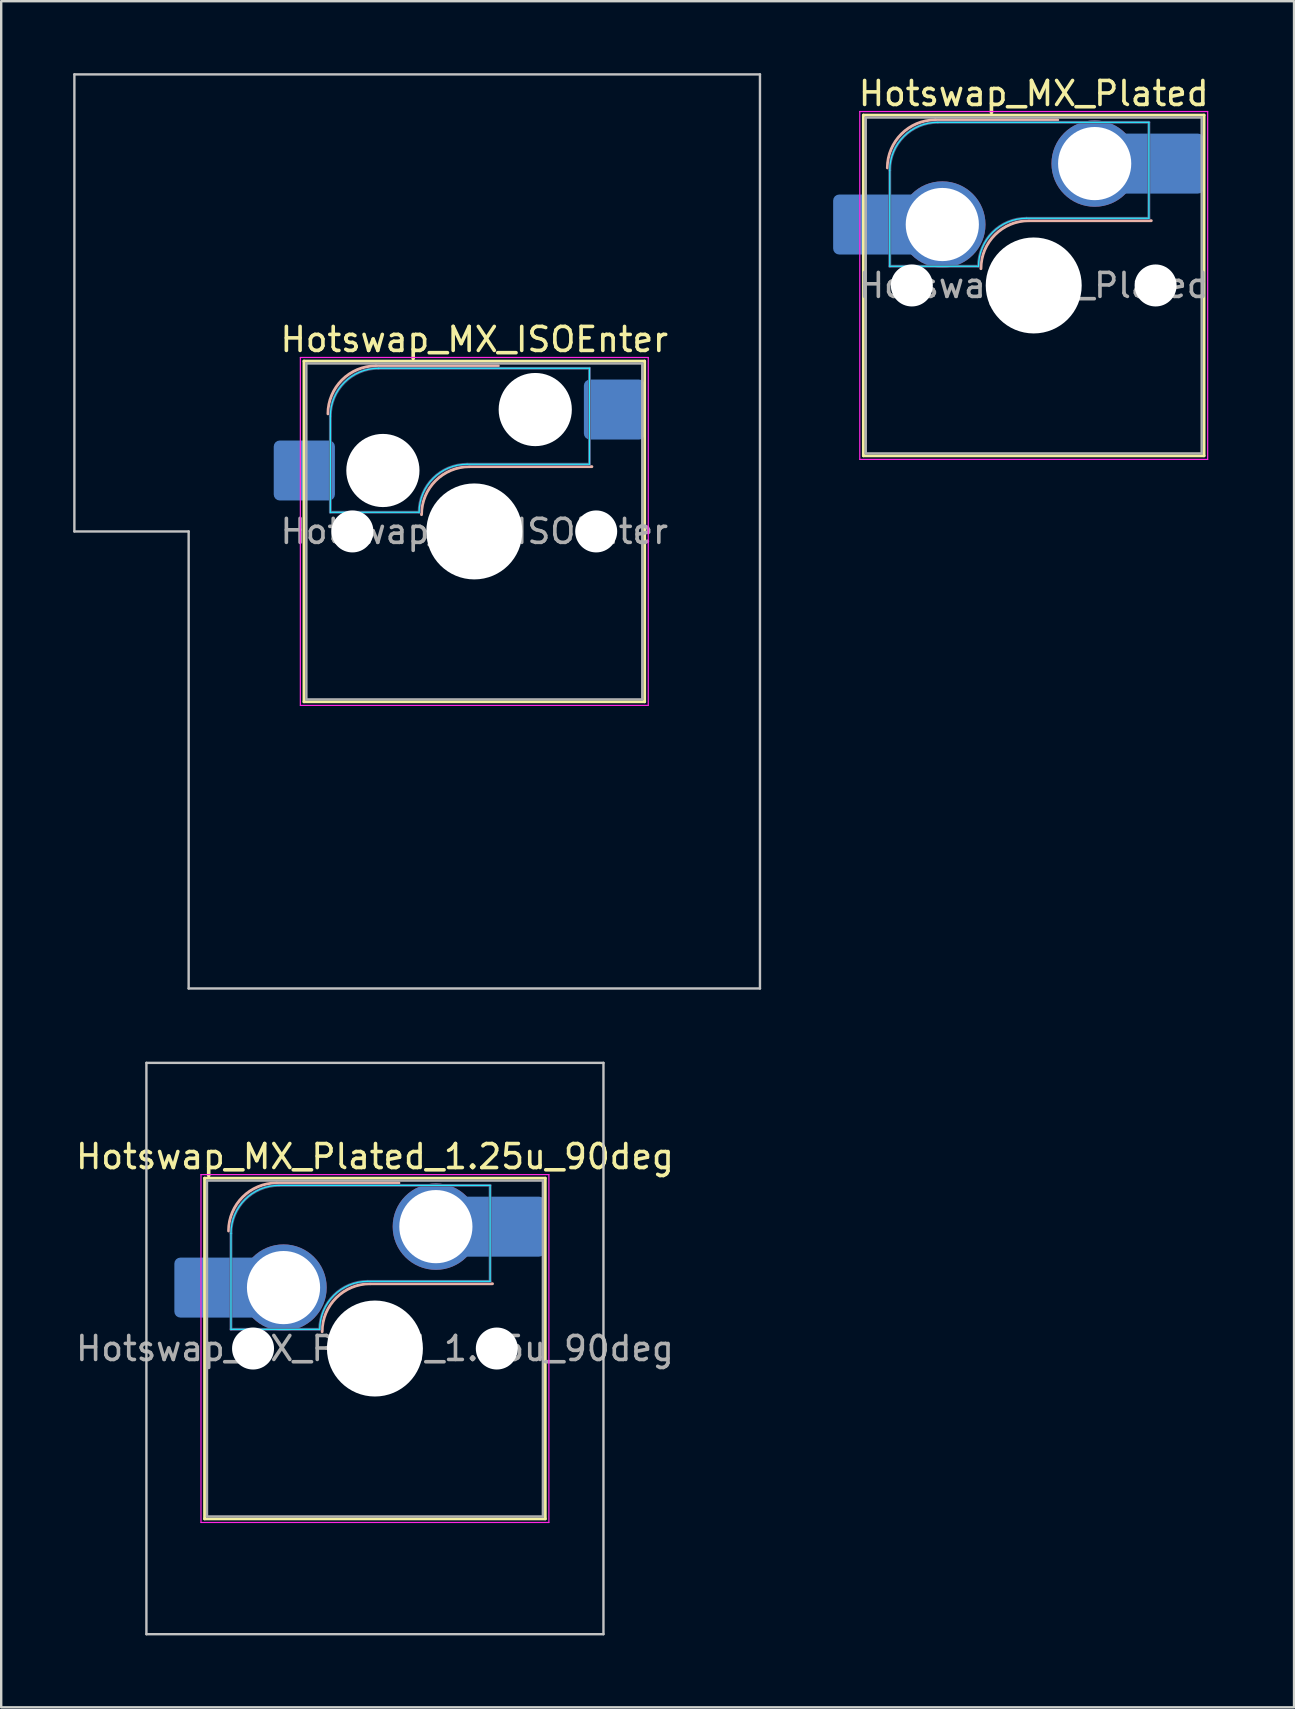
<source format=kicad_pcb>
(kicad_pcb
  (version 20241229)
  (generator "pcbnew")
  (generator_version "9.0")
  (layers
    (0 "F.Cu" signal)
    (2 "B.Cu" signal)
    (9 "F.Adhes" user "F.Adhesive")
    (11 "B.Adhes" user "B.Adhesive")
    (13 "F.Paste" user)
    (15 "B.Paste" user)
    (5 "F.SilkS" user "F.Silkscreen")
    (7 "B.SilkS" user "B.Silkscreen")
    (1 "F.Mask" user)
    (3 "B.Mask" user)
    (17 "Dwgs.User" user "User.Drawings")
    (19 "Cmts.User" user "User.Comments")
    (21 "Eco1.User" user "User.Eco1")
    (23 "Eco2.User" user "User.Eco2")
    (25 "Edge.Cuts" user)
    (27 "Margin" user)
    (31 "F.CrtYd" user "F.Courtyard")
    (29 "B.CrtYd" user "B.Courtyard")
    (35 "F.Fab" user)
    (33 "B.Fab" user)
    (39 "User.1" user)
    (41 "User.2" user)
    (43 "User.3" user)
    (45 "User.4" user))
  (footprint "Hotswap_MX_Plated"
    (layer "F.Cu")
    (at 40.035 8.848)
    (property "Reference" "Hotswap_MX_Plated" (at 0 -8 0) (layer "F.SilkS") (effects (font (size 1 1) (thickness 0.15))))
    (attr smd allow_soldermask_bridges)
    (fp_line (start -7.1 -7.1) (end -7.1 7.1) (stroke (width 0.12) (type solid)) (layer "F.SilkS"))
    (fp_line (start -7.1 7.1) (end 7.1 7.1) (stroke (width 0.12) (type solid)) (layer "F.SilkS"))
    (fp_line (start 7.1 -7.1) (end -7.1 -7.1) (stroke (width 0.12) (type solid)) (layer "F.SilkS"))
    (fp_line (start 7.1 7.1) (end 7.1 -7.1) (stroke (width 0.12) (type solid)) (layer "F.SilkS"))
    (fp_line (start -4.1 -6.9) (end 1 -6.9) (stroke (width 0.12) (type solid)) (layer "B.SilkS"))
    (fp_line (start -0.2 -2.7) (end 4.9 -2.7) (stroke (width 0.12) (type solid)) (layer "B.SilkS"))
    (fp_arc (start -6.1 -4.9) (mid -5.514214 -6.314214) (end -4.1 -6.9) (stroke (width 0.12) (type solid)) (layer "B.SilkS"))
    (fp_arc (start -2.2 -0.7) (mid -1.614214 -2.114214) (end -0.2 -2.7) (stroke (width 0.12) (type solid)) (layer "B.SilkS"))
    (fp_line (start -7.8 -6) (end -7 -6) (stroke (width 0.1) (type solid)) (layer "Eco1.User"))
    (fp_line (start -7.8 -2.9) (end -7.8 -6) (stroke (width 0.1) (type solid)) (layer "Eco1.User"))
    (fp_line (start -7.8 2.9) (end -7 2.9) (stroke (width 0.1) (type solid)) (layer "Eco1.User"))
    (fp_line (start -7.8 6) (end -7.8 2.9) (stroke (width 0.1) (type solid)) (layer "Eco1.User"))
    (fp_line (start -7 -7) (end 7 -7) (stroke (width 0.1) (type solid)) (layer "Eco1.User"))
    (fp_line (start -7 -6) (end -7 -7) (stroke (width 0.1) (type solid)) (layer "Eco1.User"))
    (fp_line (start -7 -2.9) (end -7.8 -2.9) (stroke (width 0.1) (type solid)) (layer "Eco1.User"))
    (fp_line (start -7 2.9) (end -7 -2.9) (stroke (width 0.1) (type solid)) (layer "Eco1.User"))
    (fp_line (start -7 6) (end -7.8 6) (stroke (width 0.1) (type solid)) (layer "Eco1.User"))
    (fp_line (start -7 7) (end -7 6) (stroke (width 0.1) (type solid)) (layer "Eco1.User"))
    (fp_line (start 7 -7) (end 7 -6) (stroke (width 0.1) (type solid)) (layer "Eco1.User"))
    (fp_line (start 7 -6) (end 7.8 -6) (stroke (width 0.1) (type solid)) (layer "Eco1.User"))
    (fp_line (start 7 -2.9) (end 7 2.9) (stroke (width 0.1) (type solid)) (layer "Eco1.User"))
    (fp_line (start 7 2.9) (end 7.8 2.9) (stroke (width 0.1) (type solid)) (layer "Eco1.User"))
    (fp_line (start 7 6) (end 7 7) (stroke (width 0.1) (type solid)) (layer "Eco1.User"))
    (fp_line (start 7 7) (end -7 7) (stroke (width 0.1) (type solid)) (layer "Eco1.User"))
    (fp_line (start 7.8 -6) (end 7.8 -2.9) (stroke (width 0.1) (type solid)) (layer "Eco1.User"))
    (fp_line (start 7.8 -2.9) (end 7 -2.9) (stroke (width 0.1) (type solid)) (layer "Eco1.User"))
    (fp_line (start 7.8 2.9) (end 7.8 6) (stroke (width 0.1) (type solid)) (layer "Eco1.User"))
    (fp_line (start 7.8 6) (end 7 6) (stroke (width 0.1) (type solid)) (layer "Eco1.User"))
    (fp_line (start -6 -0.8) (end -6 -4.8) (stroke (width 0.05) (type solid)) (layer "B.CrtYd"))
    (fp_line (start -6 -0.8) (end -2.3 -0.8) (stroke (width 0.05) (type solid)) (layer "B.CrtYd"))
    (fp_line (start -4 -6.8) (end 4.8 -6.8) (stroke (width 0.05) (type solid)) (layer "B.CrtYd"))
    (fp_line (start -0.3 -2.8) (end 4.8 -2.8) (stroke (width 0.05) (type solid)) (layer "B.CrtYd"))
    (fp_line (start 4.8 -6.8) (end 4.8 -2.8) (stroke (width 0.05) (type solid)) (layer "B.CrtYd"))
    (fp_arc (start -6 -4.8) (mid -5.414214 -6.214214) (end -4 -6.8) (stroke (width 0.05) (type solid)) (layer "B.CrtYd"))
    (fp_arc (start -2.3 -0.8) (mid -1.714214 -2.214214) (end -0.3 -2.8) (stroke (width 0.05) (type solid)) (layer "B.CrtYd"))
    (fp_line (start -7.25 -7.25) (end -7.25 7.25) (stroke (width 0.05) (type solid)) (layer "F.CrtYd"))
    (fp_line (start -7.25 7.25) (end 7.25 7.25) (stroke (width 0.05) (type solid)) (layer "F.CrtYd"))
    (fp_line (start 7.25 -7.25) (end -7.25 -7.25) (stroke (width 0.05) (type solid)) (layer "F.CrtYd"))
    (fp_line (start 7.25 7.25) (end 7.25 -7.25) (stroke (width 0.05) (type solid)) (layer "F.CrtYd"))
    (fp_line (start -6 -0.8) (end -6 -4.8) (stroke (width 0.12) (type solid)) (layer "B.Fab"))
    (fp_line (start -6 -0.8) (end -2.3 -0.8) (stroke (width 0.12) (type solid)) (layer "B.Fab"))
    (fp_line (start -4 -6.8) (end 4.8 -6.8) (stroke (width 0.12) (type solid)) (layer "B.Fab"))
    (fp_line (start -0.3 -2.8) (end 4.8 -2.8) (stroke (width 0.12) (type solid)) (layer "B.Fab"))
    (fp_line (start 4.8 -6.8) (end 4.8 -2.8) (stroke (width 0.12) (type solid)) (layer "B.Fab"))
    (fp_arc (start -6 -4.8) (mid -5.414214 -6.214214) (end -4 -6.8) (stroke (width 0.12) (type solid)) (layer "B.Fab"))
    (fp_arc (start -2.3 -0.8) (mid -1.714214 -2.214214) (end -0.3 -2.8) (stroke (width 0.12) (type solid)) (layer "B.Fab"))
    (fp_line (start -7 -7) (end -7 7) (stroke (width 0.1) (type solid)) (layer "F.Fab"))
    (fp_line (start -7 7) (end 7 7) (stroke (width 0.1) (type solid)) (layer "F.Fab"))
    (fp_line (start 7 -7) (end -7 -7) (stroke (width 0.1) (type solid)) (layer "F.Fab"))
    (fp_line (start 7 7) (end 7 -7) (stroke (width 0.1) (type solid)) (layer "F.Fab"))
    (fp_text user "${REFERENCE}" (at 0 0 0) (layer "F.Fab") (effects (font (size 1 1) (thickness 0.15))))
    (pad "" smd roundrect (at -7.085 -2.54) (size 2.55 2.5) (layers "B.Mask" "B.Paste") (roundrect_rratio 0.1))
    (pad "" np_thru_hole circle (at -5.08 0) (size 1.75 1.75) (drill 1.75) (layers "*.Cu" "*.Mask"))
    (pad "" np_thru_hole circle (at 0 0) (size 4 4) (drill 4) (layers "*.Cu" "*.Mask"))
    (pad "" np_thru_hole circle (at 5.08 0) (size 1.75 1.75) (drill 1.75) (layers "*.Cu" "*.Mask"))
    (pad "" smd roundrect (at 5.842 -5.08) (size 2.55 2.5) (layers "B.Mask" "B.Paste") (roundrect_rratio 0.1))
    (pad "1" smd roundrect (at -6.585 -2.54) (size 3.55 2.5) (layers "B.Cu") (roundrect_rratio 0.1))
    (pad "1" thru_hole circle (at -3.81 -2.54) (size 3.6 3.6) (drill 3.05) (layers "*.Cu" "*.Mask"))
    (pad "2" thru_hole circle (at 2.54 -5.08) (size 3.6 3.6) (drill 3.05) (layers "*.Cu" "*.Mask"))
    (pad "2" smd roundrect (at 5.32 -5.08) (size 3.55 2.5) (layers "B.Cu") (roundrect_rratio 0.1)))
  (footprint "Hotswap_MX_Plated_1.25u_90deg"
    (layer "F.Cu")
    (at 12.577 53.156)
    (property "Reference" "Hotswap_MX_Plated_1.25u_90deg" (at 0 -8 0) (layer "F.SilkS") (effects (font (size 1 1) (thickness 0.15))))
    (attr smd allow_soldermask_bridges)
    (fp_line (start -7.1 -7.1) (end -7.1 7.1) (stroke (width 0.12) (type solid)) (layer "F.SilkS"))
    (fp_line (start -7.1 7.1) (end 7.1 7.1) (stroke (width 0.12) (type solid)) (layer "F.SilkS"))
    (fp_line (start 7.1 -7.1) (end -7.1 -7.1) (stroke (width 0.12) (type solid)) (layer "F.SilkS"))
    (fp_line (start 7.1 7.1) (end 7.1 -7.1) (stroke (width 0.12) (type solid)) (layer "F.SilkS"))
    (fp_line (start -4.1 -6.9) (end 1 -6.9) (stroke (width 0.12) (type solid)) (layer "B.SilkS"))
    (fp_line (start -0.2 -2.7) (end 4.9 -2.7) (stroke (width 0.12) (type solid)) (layer "B.SilkS"))
    (fp_arc (start -6.1 -4.9) (mid -5.514214 -6.314214) (end -4.1 -6.9) (stroke (width 0.12) (type solid)) (layer "B.SilkS"))
    (fp_arc (start -2.2 -0.7) (mid -1.614214 -2.114214) (end -0.2 -2.7) (stroke (width 0.12) (type solid)) (layer "B.SilkS"))
    (fp_line (start -9.525 -11.906) (end 9.525 -11.906) (stroke (width 0.1) (type solid)) (layer "Dwgs.User"))
    (fp_line (start -9.525 11.906) (end -9.525 -11.906) (stroke (width 0.1) (type solid)) (layer "Dwgs.User"))
    (fp_line (start 9.525 -11.906) (end 9.525 11.906) (stroke (width 0.1) (type solid)) (layer "Dwgs.User"))
    (fp_line (start 9.525 11.906) (end -9.525 11.906) (stroke (width 0.1) (type solid)) (layer "Dwgs.User"))
    (fp_line (start -7.8 -6) (end -7 -6) (stroke (width 0.1) (type solid)) (layer "Eco1.User"))
    (fp_line (start -7.8 -2.9) (end -7.8 -6) (stroke (width 0.1) (type solid)) (layer "Eco1.User"))
    (fp_line (start -7.8 2.9) (end -7 2.9) (stroke (width 0.1) (type solid)) (layer "Eco1.User"))
    (fp_line (start -7.8 6) (end -7.8 2.9) (stroke (width 0.1) (type solid)) (layer "Eco1.User"))
    (fp_line (start -7 -7) (end 7 -7) (stroke (width 0.1) (type solid)) (layer "Eco1.User"))
    (fp_line (start -7 -6) (end -7 -7) (stroke (width 0.1) (type solid)) (layer "Eco1.User"))
    (fp_line (start -7 -2.9) (end -7.8 -2.9) (stroke (width 0.1) (type solid)) (layer "Eco1.User"))
    (fp_line (start -7 2.9) (end -7 -2.9) (stroke (width 0.1) (type solid)) (layer "Eco1.User"))
    (fp_line (start -7 6) (end -7.8 6) (stroke (width 0.1) (type solid)) (layer "Eco1.User"))
    (fp_line (start -7 7) (end -7 6) (stroke (width 0.1) (type solid)) (layer "Eco1.User"))
    (fp_line (start 7 -7) (end 7 -6) (stroke (width 0.1) (type solid)) (layer "Eco1.User"))
    (fp_line (start 7 -6) (end 7.8 -6) (stroke (width 0.1) (type solid)) (layer "Eco1.User"))
    (fp_line (start 7 -2.9) (end 7 2.9) (stroke (width 0.1) (type solid)) (layer "Eco1.User"))
    (fp_line (start 7 2.9) (end 7.8 2.9) (stroke (width 0.1) (type solid)) (layer "Eco1.User"))
    (fp_line (start 7 6) (end 7 7) (stroke (width 0.1) (type solid)) (layer "Eco1.User"))
    (fp_line (start 7 7) (end -7 7) (stroke (width 0.1) (type solid)) (layer "Eco1.User"))
    (fp_line (start 7.8 -6) (end 7.8 -2.9) (stroke (width 0.1) (type solid)) (layer "Eco1.User"))
    (fp_line (start 7.8 -2.9) (end 7 -2.9) (stroke (width 0.1) (type solid)) (layer "Eco1.User"))
    (fp_line (start 7.8 2.9) (end 7.8 6) (stroke (width 0.1) (type solid)) (layer "Eco1.User"))
    (fp_line (start 7.8 6) (end 7 6) (stroke (width 0.1) (type solid)) (layer "Eco1.User"))
    (fp_line (start -6 -0.8) (end -6 -4.8) (stroke (width 0.05) (type solid)) (layer "B.CrtYd"))
    (fp_line (start -6 -0.8) (end -2.3 -0.8) (stroke (width 0.05) (type solid)) (layer "B.CrtYd"))
    (fp_line (start -4 -6.8) (end 4.8 -6.8) (stroke (width 0.05) (type solid)) (layer "B.CrtYd"))
    (fp_line (start -0.3 -2.8) (end 4.8 -2.8) (stroke (width 0.05) (type solid)) (layer "B.CrtYd"))
    (fp_line (start 4.8 -6.8) (end 4.8 -2.8) (stroke (width 0.05) (type solid)) (layer "B.CrtYd"))
    (fp_arc (start -6 -4.8) (mid -5.414214 -6.214214) (end -4 -6.8) (stroke (width 0.05) (type solid)) (layer "B.CrtYd"))
    (fp_arc (start -2.3 -0.8) (mid -1.714214 -2.214214) (end -0.3 -2.8) (stroke (width 0.05) (type solid)) (layer "B.CrtYd"))
    (fp_line (start -7.25 -7.25) (end -7.25 7.25) (stroke (width 0.05) (type solid)) (layer "F.CrtYd"))
    (fp_line (start -7.25 7.25) (end 7.25 7.25) (stroke (width 0.05) (type solid)) (layer "F.CrtYd"))
    (fp_line (start 7.25 -7.25) (end -7.25 -7.25) (stroke (width 0.05) (type solid)) (layer "F.CrtYd"))
    (fp_line (start 7.25 7.25) (end 7.25 -7.25) (stroke (width 0.05) (type solid)) (layer "F.CrtYd"))
    (fp_line (start -6 -0.8) (end -6 -4.8) (stroke (width 0.12) (type solid)) (layer "B.Fab"))
    (fp_line (start -6 -0.8) (end -2.3 -0.8) (stroke (width 0.12) (type solid)) (layer "B.Fab"))
    (fp_line (start -4 -6.8) (end 4.8 -6.8) (stroke (width 0.12) (type solid)) (layer "B.Fab"))
    (fp_line (start -0.3 -2.8) (end 4.8 -2.8) (stroke (width 0.12) (type solid)) (layer "B.Fab"))
    (fp_line (start 4.8 -6.8) (end 4.8 -2.8) (stroke (width 0.12) (type solid)) (layer "B.Fab"))
    (fp_arc (start -6 -4.8) (mid -5.414214 -6.214214) (end -4 -6.8) (stroke (width 0.12) (type solid)) (layer "B.Fab"))
    (fp_arc (start -2.3 -0.8) (mid -1.714214 -2.214214) (end -0.3 -2.8) (stroke (width 0.12) (type solid)) (layer "B.Fab"))
    (fp_line (start -7 -7) (end -7 7) (stroke (width 0.1) (type solid)) (layer "F.Fab"))
    (fp_line (start -7 7) (end 7 7) (stroke (width 0.1) (type solid)) (layer "F.Fab"))
    (fp_line (start 7 -7) (end -7 -7) (stroke (width 0.1) (type solid)) (layer "F.Fab"))
    (fp_line (start 7 7) (end 7 -7) (stroke (width 0.1) (type solid)) (layer "F.Fab"))
    (fp_text user "${REFERENCE}" (at 0 0 0) (layer "F.Fab") (effects (font (size 1 1) (thickness 0.15))))
    (pad "" smd roundrect (at -7.085 -2.54) (size 2.55 2.5) (layers "B.Mask" "B.Paste") (roundrect_rratio 0.1))
    (pad "" np_thru_hole circle (at -5.08 0) (size 1.75 1.75) (drill 1.75) (layers "*.Cu" "*.Mask"))
    (pad "" np_thru_hole circle (at 0 0) (size 4 4) (drill 4) (layers "*.Cu" "*.Mask"))
    (pad "" np_thru_hole circle (at 5.08 0) (size 1.75 1.75) (drill 1.75) (layers "*.Cu" "*.Mask"))
    (pad "" smd roundrect (at 5.842 -5.08) (size 2.55 2.5) (layers "B.Mask" "B.Paste") (roundrect_rratio 0.1))
    (pad "1" smd roundrect (at -6.585 -2.54) (size 3.55 2.5) (layers "B.Cu") (roundrect_rratio 0.1))
    (pad "1" thru_hole circle (at -3.81 -2.54) (size 3.6 3.6) (drill 3.05) (layers "*.Cu" "*.Mask"))
    (pad "2" thru_hole circle (at 2.54 -5.08) (size 3.6 3.6) (drill 3.05) (layers "*.Cu" "*.Mask"))
    (pad "2" smd roundrect (at 5.32 -5.08) (size 3.55 2.5) (layers "B.Cu") (roundrect_rratio 0.1)))
  (footprint "Hotswap_MX_ISOEnter"
    (layer "F.Cu")
    (at 16.719 19.1)
    (property "Reference" "Hotswap_MX_ISOEnter" (at 0 -8 0) (layer "F.SilkS") (effects (font (size 1 1) (thickness 0.15))))
    (attr smd)
    (fp_line (start -7.1 -7.1) (end -7.1 7.1) (stroke (width 0.12) (type solid)) (layer "F.SilkS"))
    (fp_line (start -7.1 7.1) (end 7.1 7.1) (stroke (width 0.12) (type solid)) (layer "F.SilkS"))
    (fp_line (start 7.1 -7.1) (end -7.1 -7.1) (stroke (width 0.12) (type solid)) (layer "F.SilkS"))
    (fp_line (start 7.1 7.1) (end 7.1 -7.1) (stroke (width 0.12) (type solid)) (layer "F.SilkS"))
    (fp_line (start -4.1 -6.9) (end 1 -6.9) (stroke (width 0.12) (type solid)) (layer "B.SilkS"))
    (fp_line (start -0.2 -2.7) (end 4.9 -2.7) (stroke (width 0.12) (type solid)) (layer "B.SilkS"))
    (fp_arc (start -6.1 -4.9) (mid -5.514214 -6.314214) (end -4.1 -6.9) (stroke (width 0.12) (type solid)) (layer "B.SilkS"))
    (fp_arc (start -2.2 -0.7) (mid -1.614214 -2.114214) (end -0.2 -2.7) (stroke (width 0.12) (type solid)) (layer "B.SilkS"))
    (fp_line (start -16.669 -19.05) (end -16.669 0) (stroke (width 0.1) (type solid)) (layer "Dwgs.User"))
    (fp_line (start -16.669 0) (end -11.906 0) (stroke (width 0.1) (type solid)) (layer "Dwgs.User"))
    (fp_line (start -11.906 0) (end -11.906 19.05) (stroke (width 0.1) (type solid)) (layer "Dwgs.User"))
    (fp_line (start -11.906 19.05) (end 11.906 19.05) (stroke (width 0.1) (type solid)) (layer "Dwgs.User"))
    (fp_line (start 11.906 -19.05) (end -16.669 -19.05) (stroke (width 0.1) (type solid)) (layer "Dwgs.User"))
    (fp_line (start 11.906 19.05) (end 11.906 -19.05) (stroke (width 0.1) (type solid)) (layer "Dwgs.User"))
    (fp_line (start -7.8 -6) (end -7 -6) (stroke (width 0.1) (type solid)) (layer "Eco1.User"))
    (fp_line (start -7.8 -2.9) (end -7.8 -6) (stroke (width 0.1) (type solid)) (layer "Eco1.User"))
    (fp_line (start -7.8 2.9) (end -7 2.9) (stroke (width 0.1) (type solid)) (layer "Eco1.User"))
    (fp_line (start -7.8 6) (end -7.8 2.9) (stroke (width 0.1) (type solid)) (layer "Eco1.User"))
    (fp_line (start -7 -7) (end 7 -7) (stroke (width 0.1) (type solid)) (layer "Eco1.User"))
    (fp_line (start -7 -6) (end -7 -7) (stroke (width 0.1) (type solid)) (layer "Eco1.User"))
    (fp_line (start -7 -2.9) (end -7.8 -2.9) (stroke (width 0.1) (type solid)) (layer "Eco1.User"))
    (fp_line (start -7 2.9) (end -7 -2.9) (stroke (width 0.1) (type solid)) (layer "Eco1.User"))
    (fp_line (start -7 6) (end -7.8 6) (stroke (width 0.1) (type solid)) (layer "Eco1.User"))
    (fp_line (start -7 7) (end -7 6) (stroke (width 0.1) (type solid)) (layer "Eco1.User"))
    (fp_line (start 7 -7) (end 7 -6) (stroke (width 0.1) (type solid)) (layer "Eco1.User"))
    (fp_line (start 7 -6) (end 7.8 -6) (stroke (width 0.1) (type solid)) (layer "Eco1.User"))
    (fp_line (start 7 -2.9) (end 7 2.9) (stroke (width 0.1) (type solid)) (layer "Eco1.User"))
    (fp_line (start 7 2.9) (end 7.8 2.9) (stroke (width 0.1) (type solid)) (layer "Eco1.User"))
    (fp_line (start 7 6) (end 7 7) (stroke (width 0.1) (type solid)) (layer "Eco1.User"))
    (fp_line (start 7 7) (end -7 7) (stroke (width 0.1) (type solid)) (layer "Eco1.User"))
    (fp_line (start 7.8 -6) (end 7.8 -2.9) (stroke (width 0.1) (type solid)) (layer "Eco1.User"))
    (fp_line (start 7.8 -2.9) (end 7 -2.9) (stroke (width 0.1) (type solid)) (layer "Eco1.User"))
    (fp_line (start 7.8 2.9) (end 7.8 6) (stroke (width 0.1) (type solid)) (layer "Eco1.User"))
    (fp_line (start 7.8 6) (end 7 6) (stroke (width 0.1) (type solid)) (layer "Eco1.User"))
    (fp_line (start -6 -0.8) (end -6 -4.8) (stroke (width 0.05) (type solid)) (layer "B.CrtYd"))
    (fp_line (start -6 -0.8) (end -2.3 -0.8) (stroke (width 0.05) (type solid)) (layer "B.CrtYd"))
    (fp_line (start -4 -6.8) (end 4.8 -6.8) (stroke (width 0.05) (type solid)) (layer "B.CrtYd"))
    (fp_line (start -0.3 -2.8) (end 4.8 -2.8) (stroke (width 0.05) (type solid)) (layer "B.CrtYd"))
    (fp_line (start 4.8 -6.8) (end 4.8 -2.8) (stroke (width 0.05) (type solid)) (layer "B.CrtYd"))
    (fp_arc (start -6 -4.8) (mid -5.414214 -6.214214) (end -4 -6.8) (stroke (width 0.05) (type solid)) (layer "B.CrtYd"))
    (fp_arc (start -2.3 -0.8) (mid -1.714214 -2.214214) (end -0.3 -2.8) (stroke (width 0.05) (type solid)) (layer "B.CrtYd"))
    (fp_line (start -7.25 -7.25) (end -7.25 7.25) (stroke (width 0.05) (type solid)) (layer "F.CrtYd"))
    (fp_line (start -7.25 7.25) (end 7.25 7.25) (stroke (width 0.05) (type solid)) (layer "F.CrtYd"))
    (fp_line (start 7.25 -7.25) (end -7.25 -7.25) (stroke (width 0.05) (type solid)) (layer "F.CrtYd"))
    (fp_line (start 7.25 7.25) (end 7.25 -7.25) (stroke (width 0.05) (type solid)) (layer "F.CrtYd"))
    (fp_line (start -6 -0.8) (end -6 -4.8) (stroke (width 0.12) (type solid)) (layer "B.Fab"))
    (fp_line (start -6 -0.8) (end -2.3 -0.8) (stroke (width 0.12) (type solid)) (layer "B.Fab"))
    (fp_line (start -4 -6.8) (end 4.8 -6.8) (stroke (width 0.12) (type solid)) (layer "B.Fab"))
    (fp_line (start -0.3 -2.8) (end 4.8 -2.8) (stroke (width 0.12) (type solid)) (layer "B.Fab"))
    (fp_line (start 4.8 -6.8) (end 4.8 -2.8) (stroke (width 0.12) (type solid)) (layer "B.Fab"))
    (fp_arc (start -6 -4.8) (mid -5.414214 -6.214214) (end -4 -6.8) (stroke (width 0.12) (type solid)) (layer "B.Fab"))
    (fp_arc (start -2.3 -0.8) (mid -1.714214 -2.214214) (end -0.3 -2.8) (stroke (width 0.12) (type solid)) (layer "B.Fab"))
    (fp_line (start -7 -7) (end -7 7) (stroke (width 0.1) (type solid)) (layer "F.Fab"))
    (fp_line (start -7 7) (end 7 7) (stroke (width 0.1) (type solid)) (layer "F.Fab"))
    (fp_line (start 7 -7) (end -7 -7) (stroke (width 0.1) (type solid)) (layer "F.Fab"))
    (fp_line (start 7 7) (end 7 -7) (stroke (width 0.1) (type solid)) (layer "F.Fab"))
    (fp_text user "${REFERENCE}" (at 0 0 0) (layer "F.Fab") (effects (font (size 1 1) (thickness 0.15))))
    (pad "" np_thru_hole circle (at -5.08 0) (size 1.75 1.75) (drill 1.75) (layers "*.Cu" "*.Mask"))
    (pad "" np_thru_hole circle (at -3.81 -2.54) (size 3.05 3.05) (drill 3.05) (layers "*.Cu" "*.Mask"))
    (pad "" np_thru_hole circle (at 0 0) (size 4 4) (drill 4) (layers "*.Cu" "*.Mask"))
    (pad "" np_thru_hole circle (at 2.54 -5.08) (size 3.05 3.05) (drill 3.05) (layers "*.Cu" "*.Mask"))
    (pad "" np_thru_hole circle (at 5.08 0) (size 1.75 1.75) (drill 1.75) (layers "*.Cu" "*.Mask"))
    (pad "1" smd roundrect (at -7.085 -2.54) (size 2.55 2.5) (layers "B.Cu" "B.Mask" "B.Paste") (roundrect_rratio 0.1))
    (pad "2" smd roundrect (at 5.842 -5.08) (size 2.55 2.5) (layers "B.Cu" "B.Mask" "B.Paste") (roundrect_rratio 0.1)))
  (gr_rect
    (start -3 -3)
    (end 50.885 68.112)
    (stroke (width 0.1) (type default))
    (fill no)
    (layer "Edge.Cuts")))
</source>
